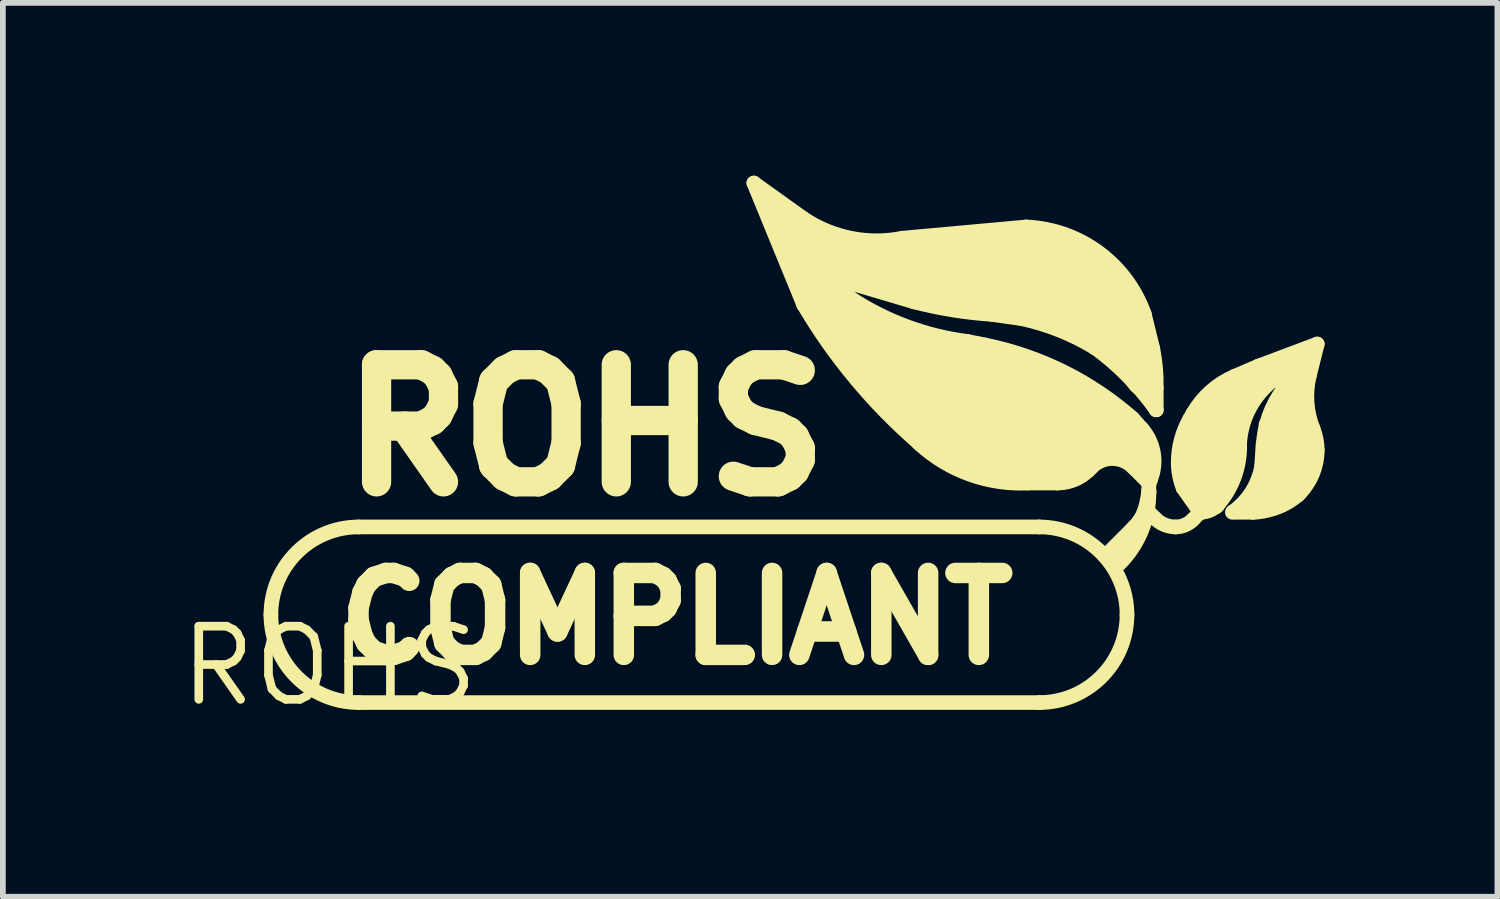
<source format=kicad_pcb>
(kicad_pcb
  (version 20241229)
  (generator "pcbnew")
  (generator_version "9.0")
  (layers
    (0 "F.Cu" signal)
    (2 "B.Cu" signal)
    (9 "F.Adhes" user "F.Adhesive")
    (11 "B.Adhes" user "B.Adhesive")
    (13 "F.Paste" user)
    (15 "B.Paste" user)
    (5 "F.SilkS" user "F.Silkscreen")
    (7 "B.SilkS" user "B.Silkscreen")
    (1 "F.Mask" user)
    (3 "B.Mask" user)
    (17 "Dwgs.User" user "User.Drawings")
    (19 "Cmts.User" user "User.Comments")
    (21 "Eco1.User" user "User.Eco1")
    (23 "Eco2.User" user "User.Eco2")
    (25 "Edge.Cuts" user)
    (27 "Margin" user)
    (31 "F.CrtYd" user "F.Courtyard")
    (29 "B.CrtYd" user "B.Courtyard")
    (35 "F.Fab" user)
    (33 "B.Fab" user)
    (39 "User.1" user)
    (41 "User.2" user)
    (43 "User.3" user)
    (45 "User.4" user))
  (footprint "ROHS"
    (layer "F.Cu")
    (at 2.668 8.509)
    (property "Reference" "ROHS" (at 0 0 0) (layer "F.SilkS") (effects (font (size 1.27 1.27) (thickness 0.15))))
    (fp_line (start 0.508 0.635) (end 12.319 0.635) (stroke (width 0.254) (type solid)) (layer "F.SilkS"))
    (fp_line (start 7.366 -8.382) (end 8.229 -7.764) (stroke (width 0.254) (type solid)) (layer "F.SilkS"))
    (fp_line (start 7.366 -8.382) (end 8.232 -6.268) (stroke (width 0.254) (type solid)) (layer "F.SilkS"))
    (fp_line (start 7.747 -7.874) (end 8.255 -6.985) (stroke (width 0.508) (type solid)) (layer "F.SilkS"))
    (fp_line (start 7.747 -7.874) (end 8.763 -7.239) (stroke (width 0.254) (type solid)) (layer "F.SilkS"))
    (fp_line (start 8.255 -6.985) (end 8.382 -6.477) (stroke (width 0.508) (type solid)) (layer "F.SilkS"))
    (fp_line (start 8.382 -6.477) (end 8.763 -5.969) (stroke (width 0.508) (type solid)) (layer "F.SilkS"))
    (fp_line (start 8.636 -6.985) (end 13.208 -6.985) (stroke (width 0.508) (type solid)) (layer "F.SilkS"))
    (fp_line (start 8.763 -7.239) (end 9.906 -7.239) (stroke (width 0.508) (type solid)) (layer "F.SilkS"))
    (fp_line (start 8.763 -6.731) (end 9.044 -6.384) (stroke (width 0.254) (type solid)) (layer "F.SilkS"))
    (fp_line (start 8.763 -6.35) (end 8.382 -7.239) (stroke (width 0.508) (type solid)) (layer "F.SilkS"))
    (fp_line (start 8.763 -5.969) (end 8.763 -6.35) (stroke (width 0.508) (type solid)) (layer "F.SilkS"))
    (fp_line (start 8.89 -5.842) (end 9.271 -5.334) (stroke (width 0.508) (type solid)) (layer "F.SilkS"))
    (fp_line (start 9.144 -6.858) (end 8.636 -6.985) (stroke (width 0.508) (type solid)) (layer "F.SilkS"))
    (fp_line (start 9.271 -5.715) (end 10.033 -5.08) (stroke (width 0.508) (type solid)) (layer "F.SilkS"))
    (fp_line (start 9.271 -5.334) (end 9.525 -4.953) (stroke (width 0.508) (type solid)) (layer "F.SilkS"))
    (fp_line (start 9.525 -4.953) (end 10.414 -4.064) (stroke (width 0.508) (type solid)) (layer "F.SilkS"))
    (fp_line (start 9.906 -7.239) (end 10.922 -7.366) (stroke (width 0.508) (type solid)) (layer "F.SilkS"))
    (fp_line (start 9.906 -5.715) (end 9.144 -6.096) (stroke (width 0.508) (type solid)) (layer "F.SilkS"))
    (fp_line (start 9.945 -7.425) (end 12.094 -7.62) (stroke (width 0.254) (type solid)) (layer "F.SilkS"))
    (fp_line (start 10.033 -5.08) (end 10.16 -5.207) (stroke (width 0.508) (type solid)) (layer "F.SilkS"))
    (fp_line (start 10.15 -6.319) (end 8.763 -6.731) (stroke (width 0.254) (type solid)) (layer "F.SilkS"))
    (fp_line (start 10.16 -5.207) (end 10.287 -5.207) (stroke (width 0.508) (type solid)) (layer "F.SilkS"))
    (fp_line (start 10.16 -4.699) (end 10.287 -4.826) (stroke (width 0.508) (type solid)) (layer "F.SilkS"))
    (fp_line (start 10.216 -3.881) (end 10.252 -3.845) (stroke (width 0.254) (type solid)) (layer "F.SilkS"))
    (fp_line (start 10.287 -5.207) (end 11.43 -5.08) (stroke (width 0.508) (type solid)) (layer "F.SilkS"))
    (fp_line (start 10.287 -4.826) (end 10.795 -4.826) (stroke (width 0.508) (type solid)) (layer "F.SilkS"))
    (fp_line (start 10.287 -4.572) (end 10.16 -4.699) (stroke (width 0.508) (type solid)) (layer "F.SilkS"))
    (fp_line (start 10.414 -6.477) (end 9.144 -6.858) (stroke (width 0.508) (type solid)) (layer "F.SilkS"))
    (fp_line (start 10.414 -4.064) (end 10.922 -3.683) (stroke (width 0.508) (type solid)) (layer "F.SilkS"))
    (fp_line (start 10.643 -5.461) (end 9.906 -5.715) (stroke (width 0.508) (type solid)) (layer "F.SilkS"))
    (fp_line (start 10.795 -4.826) (end 11.811 -4.572) (stroke (width 0.508) (type solid)) (layer "F.SilkS"))
    (fp_line (start 10.922 -7.366) (end 12.573 -7.366) (stroke (width 0.508) (type solid)) (layer "F.SilkS"))
    (fp_line (start 10.922 -4.064) (end 10.287 -4.572) (stroke (width 0.508) (type solid)) (layer "F.SilkS"))
    (fp_line (start 10.922 -3.683) (end 11.811 -3.429) (stroke (width 0.508) (type solid)) (layer "F.SilkS"))
    (fp_line (start 11.071 -5.633) (end 11.38 -5.571) (stroke (width 0.254) (type solid)) (layer "F.SilkS"))
    (fp_line (start 11.252 -5.461) (end 10.643 -5.461) (stroke (width 0.508) (type solid)) (layer "F.SilkS"))
    (fp_line (start 11.43 -5.08) (end 12.446 -4.826) (stroke (width 0.508) (type solid)) (layer "F.SilkS"))
    (fp_line (start 11.43 -3.937) (end 10.922 -4.064) (stroke (width 0.508) (type solid)) (layer "F.SilkS"))
    (fp_line (start 11.557 -6.35) (end 10.414 -6.477) (stroke (width 0.508) (type solid)) (layer "F.SilkS"))
    (fp_line (start 11.684 -6.35) (end 11.557 -6.35) (stroke (width 0.508) (type solid)) (layer "F.SilkS"))
    (fp_line (start 11.811 -4.572) (end 12.065 -4.572) (stroke (width 0.508) (type solid)) (layer "F.SilkS"))
    (fp_line (start 11.811 -3.81) (end 11.43 -3.937) (stroke (width 0.508) (type solid)) (layer "F.SilkS"))
    (fp_line (start 11.811 -3.429) (end 12.7 -3.429) (stroke (width 0.508) (type solid)) (layer "F.SilkS"))
    (fp_line (start 12.016 -6.028) (end 11.497 -6.102) (stroke (width 0.254) (type solid)) (layer "F.SilkS"))
    (fp_line (start 12.065 -4.572) (end 12.573 -4.318) (stroke (width 0.508) (type solid)) (layer "F.SilkS"))
    (fp_line (start 12.065 -4.191) (end 10.795 -4.445) (stroke (width 0.508) (type solid)) (layer "F.SilkS"))
    (fp_line (start 12.123 -3.175) (end 12.638 -3.175) (stroke (width 0.254) (type solid)) (layer "F.SilkS"))
    (fp_line (start 12.192 -6.35) (end 11.684 -6.35) (stroke (width 0.508) (type solid)) (layer "F.SilkS"))
    (fp_line (start 12.319 -2.413) (end 0.508 -2.413) (stroke (width 0.254) (type solid)) (layer "F.SilkS"))
    (fp_line (start 12.446 -4.826) (end 13.081 -4.318) (stroke (width 0.508) (type solid)) (layer "F.SilkS"))
    (fp_line (start 12.446 -4.064) (end 12.065 -4.191) (stroke (width 0.508) (type solid)) (layer "F.SilkS"))
    (fp_line (start 12.446 -3.81) (end 11.811 -3.81) (stroke (width 0.508) (type solid)) (layer "F.SilkS"))
    (fp_line (start 12.573 -7.366) (end 13.208 -6.985) (stroke (width 0.508) (type solid)) (layer "F.SilkS"))
    (fp_line (start 12.573 -4.318) (end 12.573 -4.191) (stroke (width 0.508) (type solid)) (layer "F.SilkS"))
    (fp_line (start 12.573 -4.191) (end 12.446 -4.064) (stroke (width 0.508) (type solid)) (layer "F.SilkS"))
    (fp_line (start 12.649 -4.978) (end 11.252 -5.461) (stroke (width 0.508) (type solid)) (layer "F.SilkS"))
    (fp_line (start 12.7 -3.429) (end 13.462 -3.937) (stroke (width 0.508) (type solid)) (layer "F.SilkS"))
    (fp_line (start 12.827 -5.969) (end 12.192 -6.35) (stroke (width 0.508) (type solid)) (layer "F.SilkS"))
    (fp_line (start 12.827 -3.937) (end 12.446 -3.81) (stroke (width 0.508) (type solid)) (layer "F.SilkS"))
    (fp_line (start 12.954 -5.969) (end 13.208 -6.477) (stroke (width 0.508) (type solid)) (layer "F.SilkS"))
    (fp_line (start 13.081 -4.318) (end 13.208 -4.191) (stroke (width 0.508) (type solid)) (layer "F.SilkS"))
    (fp_line (start 13.081 -3.937) (end 12.827 -3.937) (stroke (width 0.508) (type solid)) (layer "F.SilkS"))
    (fp_line (start 13.177 -3.398) (end 13.23 -3.451) (stroke (width 0.254) (type solid)) (layer "F.SilkS"))
    (fp_line (start 13.208 -6.985) (end 13.208 -6.731) (stroke (width 0.508) (type solid)) (layer "F.SilkS"))
    (fp_line (start 13.208 -6.985) (end 13.716 -6.477) (stroke (width 0.508) (type solid)) (layer "F.SilkS"))
    (fp_line (start 13.208 -6.731) (end 8.255 -6.807) (stroke (width 0.508) (type solid)) (layer "F.SilkS"))
    (fp_line (start 13.208 -6.477) (end 13.208 -6.731) (stroke (width 0.508) (type solid)) (layer "F.SilkS"))
    (fp_line (start 13.208 -6.477) (end 13.589 -5.969) (stroke (width 0.508) (type solid)) (layer "F.SilkS"))
    (fp_line (start 13.208 -4.191) (end 13.081 -3.937) (stroke (width 0.508) (type solid)) (layer "F.SilkS"))
    (fp_line (start 13.292 -5.521) (end 13.283 -5.525) (stroke (width 0.254) (type solid)) (layer "F.SilkS"))
    (fp_line (start 13.335 -6.35) (end 11.684 -6.35) (stroke (width 0.508) (type solid)) (layer "F.SilkS"))
    (fp_line (start 13.335 -4.572) (end 12.649 -4.978) (stroke (width 0.508) (type solid)) (layer "F.SilkS"))
    (fp_line (start 13.462 -3.937) (end 13.843 -3.81) (stroke (width 0.508) (type solid)) (layer "F.SilkS"))
    (fp_line (start 13.462 -1.905) (end 13.955 -2.398) (stroke (width 0.254) (type solid)) (layer "F.SilkS"))
    (fp_line (start 13.589 -5.588) (end 12.954 -5.969) (stroke (width 0.508) (type solid)) (layer "F.SilkS"))
    (fp_line (start 13.589 -1.905) (end 13.775 -2.091) (stroke (width 0.254) (type solid)) (layer "F.SilkS"))
    (fp_line (start 13.589 -1.778) (end 14.097 -2.54) (stroke (width 0.254) (type solid)) (layer "F.SilkS"))
    (fp_line (start 13.716 -6.477) (end 13.97 -5.969) (stroke (width 0.508) (type solid)) (layer "F.SilkS"))
    (fp_line (start 13.843 -4.064) (end 13.335 -4.572) (stroke (width 0.508) (type solid)) (layer "F.SilkS"))
    (fp_line (start 13.843 -3.81) (end 14.097 -3.556) (stroke (width 0.508) (type solid)) (layer "F.SilkS"))
    (fp_line (start 13.937 -4.301) (end 14.106 -4.112) (stroke (width 0.254) (type solid)) (layer "F.SilkS"))
    (fp_line (start 13.948 -3.451) (end 14.224 -3.175) (stroke (width 0.254) (type solid)) (layer "F.SilkS"))
    (fp_line (start 13.97 -5.969) (end 14.097 -4.953) (stroke (width 0.508) (type solid)) (layer "F.SilkS"))
    (fp_line (start 14.097 -4.953) (end 13.589 -5.588) (stroke (width 0.508) (type solid)) (layer "F.SilkS"))
    (fp_line (start 14.097 -3.556) (end 13.843 -4.064) (stroke (width 0.508) (type solid)) (layer "F.SilkS"))
    (fp_line (start 14.144 -6.105) (end 14.291 -5.506) (stroke (width 0.254) (type solid)) (layer "F.SilkS"))
    (fp_line (start 14.224 -3.004) (end 14.224 -3.048) (stroke (width 0.254) (type solid)) (layer "F.SilkS"))
    (fp_line (start 14.224 -2.667) (end 14.329 -2.562) (stroke (width 0.254) (type solid)) (layer "F.SilkS"))
    (fp_line (start 14.247 -3.221) (end 14.224 -3.175) (stroke (width 0.254) (type solid)) (layer "F.SilkS"))
    (fp_line (start 14.351 -4.827) (end 14.351 -4.446) (stroke (width 0.254) (type solid)) (layer "F.SilkS"))
    (fp_line (start 14.351 -4.445) (end 14.348 -4.448) (stroke (width 0.254) (type solid)) (layer "F.SilkS"))
    (fp_line (start 14.859 -3.683) (end 14.986 -3.683) (stroke (width 0.254) (type solid)) (layer "F.SilkS"))
    (fp_line (start 14.859 -3.429) (end 14.859 -3.683) (stroke (width 0.254) (type solid)) (layer "F.SilkS"))
    (fp_line (start 14.859 -3.429) (end 15.621 -3.429) (stroke (width 0.254) (type solid)) (layer "F.SilkS"))
    (fp_line (start 14.859 -3.407) (end 14.859 -3.429) (stroke (width 0.254) (type solid)) (layer "F.SilkS"))
    (fp_line (start 14.859 -3.302) (end 15.621 -3.302) (stroke (width 0.254) (type solid)) (layer "F.SilkS"))
    (fp_line (start 14.933 -4.288) (end 14.987 -4.383) (stroke (width 0.254) (type solid)) (layer "F.SilkS"))
    (fp_line (start 14.98 -2.534) (end 15.113 -2.667) (stroke (width 0.254) (type solid)) (layer "F.SilkS"))
    (fp_line (start 14.986 -3.683) (end 14.986 -3.556) (stroke (width 0.254) (type solid)) (layer "F.SilkS"))
    (fp_line (start 14.986 -3.683) (end 15.113 -3.683) (stroke (width 0.254) (type solid)) (layer "F.SilkS"))
    (fp_line (start 14.986 -3.556) (end 14.986 -3.175) (stroke (width 0.254) (type solid)) (layer "F.SilkS"))
    (fp_line (start 14.986 -3.556) (end 15.621 -3.556) (stroke (width 0.254) (type solid)) (layer "F.SilkS"))
    (fp_line (start 14.986 -3.175) (end 14.986 -3.048) (stroke (width 0.254) (type solid)) (layer "F.SilkS"))
    (fp_line (start 14.986 -3.175) (end 15.621 -3.175) (stroke (width 0.254) (type solid)) (layer "F.SilkS"))
    (fp_line (start 14.986 -3.048) (end 14.986 -2.921) (stroke (width 0.254) (type solid)) (layer "F.SilkS"))
    (fp_line (start 14.986 -3.048) (end 15.494 -3.048) (stroke (width 0.254) (type solid)) (layer "F.SilkS"))
    (fp_line (start 15.113 -3.683) (end 15.113 -3.048) (stroke (width 0.254) (type solid)) (layer "F.SilkS"))
    (fp_line (start 15.113 -3.683) (end 15.494 -3.683) (stroke (width 0.254) (type solid)) (layer "F.SilkS"))
    (fp_line (start 15.113 -2.667) (end 14.818 -3.088) (stroke (width 0.254) (type solid)) (layer "F.SilkS"))
    (fp_line (start 15.127 -2.667) (end 15.113 -2.667) (stroke (width 0.254) (type solid)) (layer "F.SilkS"))
    (fp_line (start 15.416 -2.793) (end 15.389 -2.765) (stroke (width 0.254) (type solid)) (layer "F.SilkS"))
    (fp_line (start 15.494 -3.683) (end 15.494 -3.175) (stroke (width 0.254) (type solid)) (layer "F.SilkS"))
    (fp_line (start 15.494 -3.683) (end 15.748 -3.683) (stroke (width 0.254) (type solid)) (layer "F.SilkS"))
    (fp_line (start 15.71 -5.027) (end 16.129 -5.207) (stroke (width 0.254) (type solid)) (layer "F.SilkS"))
    (fp_line (start 15.748 -4.191) (end 14.986 -4.191) (stroke (width 0.254) (type solid)) (layer "F.SilkS"))
    (fp_line (start 15.748 -4.064) (end 14.986 -4.064) (stroke (width 0.254) (type solid)) (layer "F.SilkS"))
    (fp_line (start 15.748 -3.937) (end 14.859 -3.937) (stroke (width 0.254) (type solid)) (layer "F.SilkS"))
    (fp_line (start 15.748 -3.81) (end 14.859 -3.81) (stroke (width 0.254) (type solid)) (layer "F.SilkS"))
    (fp_line (start 15.748 -3.683) (end 15.24 -2.794) (stroke (width 0.254) (type solid)) (layer "F.SilkS"))
    (fp_line (start 15.799 -3.861) (end 15.799 -3.87) (stroke (width 0.254) (type solid)) (layer "F.SilkS"))
    (fp_line (start 15.875 -4.445) (end 15.113 -4.445) (stroke (width 0.254) (type solid)) (layer "F.SilkS"))
    (fp_line (start 15.875 -4.318) (end 14.986 -4.318) (stroke (width 0.254) (type solid)) (layer "F.SilkS"))
    (fp_line (start 15.875 -2.794) (end 16.383 -2.794) (stroke (width 0.254) (type solid)) (layer "F.SilkS"))
    (fp_line (start 16.002 -4.699) (end 15.367 -4.699) (stroke (width 0.254) (type solid)) (layer "F.SilkS"))
    (fp_line (start 16.002 -4.572) (end 15.24 -4.572) (stroke (width 0.254) (type solid)) (layer "F.SilkS"))
    (fp_line (start 16.002 -2.921) (end 16.637 -2.921) (stroke (width 0.254) (type solid)) (layer "F.SilkS"))
    (fp_line (start 16.027 -2.667) (end 15.672 -2.667) (stroke (width 0.254) (type solid)) (layer "F.SilkS"))
    (fp_line (start 16.129 -5.207) (end 17.145 -5.588) (stroke (width 0.254) (type solid)) (layer "F.SilkS"))
    (fp_line (start 16.129 -5.08) (end 16.891 -5.08) (stroke (width 0.254) (type solid)) (layer "F.SilkS"))
    (fp_line (start 16.129 -4.826) (end 15.621 -4.826) (stroke (width 0.254) (type solid)) (layer "F.SilkS"))
    (fp_line (start 16.129 -3.175) (end 16.891 -3.175) (stroke (width 0.254) (type solid)) (layer "F.SilkS"))
    (fp_line (start 16.129 -3.048) (end 16.764 -3.048) (stroke (width 0.254) (type solid)) (layer "F.SilkS"))
    (fp_line (start 16.18 -3.302) (end 17.018 -3.302) (stroke (width 0.254) (type solid)) (layer "F.SilkS"))
    (fp_line (start 16.205 -3.859) (end 16.18 -3.469) (stroke (width 0.254) (type solid)) (layer "F.SilkS"))
    (fp_line (start 16.256 -4.191) (end 16.891 -4.191) (stroke (width 0.254) (type solid)) (layer "F.SilkS"))
    (fp_line (start 16.256 -4.064) (end 17.018 -4.064) (stroke (width 0.254) (type solid)) (layer "F.SilkS"))
    (fp_line (start 16.256 -3.937) (end 17.018 -3.937) (stroke (width 0.254) (type solid)) (layer "F.SilkS"))
    (fp_line (start 16.256 -3.81) (end 17.018 -3.81) (stroke (width 0.254) (type solid)) (layer "F.SilkS"))
    (fp_line (start 16.256 -3.683) (end 17.018 -3.683) (stroke (width 0.254) (type solid)) (layer "F.SilkS"))
    (fp_line (start 16.256 -3.556) (end 17.018 -3.556) (stroke (width 0.254) (type solid)) (layer "F.SilkS"))
    (fp_line (start 16.256 -3.429) (end 17.018 -3.429) (stroke (width 0.254) (type solid)) (layer "F.SilkS"))
    (fp_line (start 16.383 -5.207) (end 17.018 -5.207) (stroke (width 0.254) (type solid)) (layer "F.SilkS"))
    (fp_line (start 16.383 -4.445) (end 16.891 -4.445) (stroke (width 0.254) (type solid)) (layer "F.SilkS"))
    (fp_line (start 16.383 -4.318) (end 16.891 -4.318) (stroke (width 0.254) (type solid)) (layer "F.SilkS"))
    (fp_line (start 16.51 -5.334) (end 17.018 -5.334) (stroke (width 0.254) (type solid)) (layer "F.SilkS"))
    (fp_line (start 16.637 -4.953) (end 15.748 -4.953) (stroke (width 0.254) (type solid)) (layer "F.SilkS"))
    (fp_line (start 16.637 -4.953) (end 16.637 -4.445) (stroke (width 0.254) (type solid)) (layer "F.SilkS"))
    (fp_line (start 16.764 -4.953) (end 16.637 -4.953) (stroke (width 0.254) (type solid)) (layer "F.SilkS"))
    (fp_line (start 16.764 -4.953) (end 16.764 -4.445) (stroke (width 0.254) (type solid)) (layer "F.SilkS"))
    (fp_line (start 16.831 -2.988) (end 16.808 -2.966) (stroke (width 0.254) (type solid)) (layer "F.SilkS"))
    (fp_line (start 16.891 -4.953) (end 16.764 -4.953) (stroke (width 0.254) (type solid)) (layer "F.SilkS"))
    (fp_line (start 17.145 -5.588) (end 17.011 -5.05) (stroke (width 0.254) (type solid)) (layer "F.SilkS"))
    (fp_arc (start -1.016001 -0.888999) (mid -0.569631 -1.96663) (end 0.508 -2.413) (stroke (width 0.254) (type solid)) (layer "F.SilkS"))
    (fp_arc (start 0.508 0.635) (mid -0.569631 0.188631) (end -1.016 -0.889) (stroke (width 0.254) (type solid)) (layer "F.SilkS"))
    (fp_arc (start 9.9455 -7.4247) (mid 9.053522 -7.42378) (end 8.2291 -7.7643) (stroke (width 0.254) (type solid)) (layer "F.SilkS"))
    (fp_arc (start 10.2162 -3.8808) (mid 9.12813 -4.994444) (end 8.2325 -6.268) (stroke (width 0.254) (type solid)) (layer "F.SilkS"))
    (fp_arc (start 11.0713 -5.6328) (mid 10.014516 -5.89225) (end 9.0437 -6.3838) (stroke (width 0.254) (type solid)) (layer "F.SilkS"))
    (fp_arc (start 11.3799 -5.5712) (mid 12.741645 -5.103865) (end 13.9365 -4.3007) (stroke (width 0.254) (type solid)) (layer "F.SilkS"))
    (fp_arc (start 11.4971 -6.1023) (mid 10.81831 -6.179019) (end 10.1498 -6.3195) (stroke (width 0.254) (type solid)) (layer "F.SilkS"))
    (fp_arc (start 12.0158 -6.0281) (mid 12.67042 -5.829068) (end 13.2833 -5.5249) (stroke (width 0.254) (type solid)) (layer "F.SilkS"))
    (fp_arc (start 12.0937 -7.62) (mid 13.351349 -7.176779) (end 14.1443 -6.1047) (stroke (width 0.254) (type solid)) (layer "F.SilkS"))
    (fp_arc (start 12.122899 -3.175) (mid 11.121054 -3.323768) (end 10.2524 -3.8446) (stroke (width 0.254) (type solid)) (layer "F.SilkS"))
    (fp_arc (start 12.318999 -2.412999) (mid 13.39663 -1.96663) (end 13.843 -0.889) (stroke (width 0.254) (type solid)) (layer "F.SilkS"))
    (fp_arc (start 13.177199 -3.3982) (mid 12.930001 -3.233006) (end 12.6384 -3.175) (stroke (width 0.254) (type solid)) (layer "F.SilkS"))
    (fp_arc (start 13.2298 -3.4508) (mid 13.589 -3.599586) (end 13.9482 -3.4508) (stroke (width 0.254) (type solid)) (layer "F.SilkS"))
    (fp_arc (start 13.2916 -5.5208) (mid 13.863098 -5.026937) (end 14.3481 -4.4479) (stroke (width 0.254) (type solid)) (layer "F.SilkS"))
    (fp_arc (start 13.843 -0.889) (mid 13.396631 0.188631) (end 12.319 0.635) (stroke (width 0.254) (type solid)) (layer "F.SilkS"))
    (fp_arc (start 14.1062 -4.1123) (mid 14.30716 -3.661504) (end 14.224 -3.175) (stroke (width 0.254) (type solid)) (layer "F.SilkS"))
    (fp_arc (start 14.223999 -3.175001) (mid 14.10731 -2.588345) (end 13.775 -2.091) (stroke (width 0.254) (type solid)) (layer "F.SilkS"))
    (fp_arc (start 14.223999 -3.048001) (mid 14.153986 -2.696007) (end 13.9546 -2.3976) (stroke (width 0.254) (type solid)) (layer "F.SilkS"))
    (fp_arc (start 14.224 -3.0044) (mid 14.091973 -2.340676) (end 13.716 -1.778) (stroke (width 0.254) (type solid)) (layer "F.SilkS"))
    (fp_arc (start 14.2907 -5.5059) (mid 14.339809 -5.167886) (end 14.3508 -4.8265) (stroke (width 0.254) (type solid)) (layer "F.SilkS"))
    (fp_arc (start 14.688399 -2.413) (mid 14.493998 -2.451669) (end 14.3292 -2.5618) (stroke (width 0.254) (type solid)) (layer "F.SilkS"))
    (fp_arc (start 14.732 -3.5323) (mid 14.783058 -3.923453) (end 14.9328 -4.288399) (stroke (width 0.254) (type solid)) (layer "F.SilkS"))
    (fp_arc (start 14.8175 -3.0882) (mid 14.753564 -3.306171) (end 14.732 -3.5323) (stroke (width 0.254) (type solid)) (layer "F.SilkS"))
    (fp_arc (start 14.9796 -2.533601) (mid 14.845995 -2.444338) (end 14.6884 -2.413) (stroke (width 0.254) (type solid)) (layer "F.SilkS"))
    (fp_arc (start 14.9866 -4.3825) (mid 15.295469 -4.76381) (end 15.709501 -5.0272) (stroke (width 0.254) (type solid)) (layer "F.SilkS"))
    (fp_arc (start 15.113 -2.794) (mid 14.925014 -3.075338) (end 14.859 -3.407199) (stroke (width 0.254) (type solid)) (layer "F.SilkS"))
    (fp_arc (start 15.4165 -2.7927) (mid 15.277249 -2.699672) (end 15.113 -2.667) (stroke (width 0.254) (type solid)) (layer "F.SilkS"))
    (fp_arc (start 15.798799 -3.8608) (mid 15.702787 -3.272122) (end 15.3888 -2.765) (stroke (width 0.254) (type solid)) (layer "F.SilkS"))
    (fp_arc (start 15.7988 -3.8703) (mid 15.95017 -4.436774) (end 16.3068 -4.902199) (stroke (width 0.254) (type solid)) (layer "F.SilkS"))
    (fp_arc (start 16.1798 -3.4688) (mid 16.008433 -3.021689) (end 15.679 -2.674199) (stroke (width 0.254) (type solid)) (layer "F.SilkS"))
    (fp_arc (start 16.2071 -3.8157) (mid 16.308223 -4.338224) (end 16.5606 -4.8068) (stroke (width 0.254) (type solid)) (layer "F.SilkS"))
    (fp_arc (start 16.2275 -2.6916) (mid 16.128254 -2.673173) (end 16.0275 -2.667) (stroke (width 0.254) (type solid)) (layer "F.SilkS"))
    (fp_arc (start 16.8085 -2.9655) (mid 16.536615 -2.789063) (end 16.2275 -2.6916) (stroke (width 0.254) (type solid)) (layer "F.SilkS"))
    (fp_arc (start 17.073999 -4.1145) (mid 16.968514 -4.577245) (end 17.0105 -5.05) (stroke (width 0.254) (type solid)) (layer "F.SilkS"))
    (fp_arc (start 17.074 -4.1145) (mid 17.127091 -3.933537) (end 17.145 -3.7458) (stroke (width 0.254) (type solid)) (layer "F.SilkS"))
    (fp_arc (start 17.145 -3.7458) (mid 17.063448 -3.33579) (end 16.8312 -2.9882) (stroke (width 0.254) (type solid)) (layer "F.SilkS"))
    (fp_text user "ROHS" (at 0 -2.921 0) (layer "F.SilkS") (effects (font (size 2.032 2.032) (thickness 0.508)) (justify left bottom)))
    (fp_text user "COMPLIANT" (at 0 0 0) (layer "F.SilkS") (effects (font (size 1.422 1.422) (thickness 0.356)) (justify left bottom))))
  (gr_rect
    (start -3 -3)
    (end 22.94 12.515)
    (stroke (width 0.1) (type default))
    (fill no)
    (layer "Edge.Cuts")))
</source>
